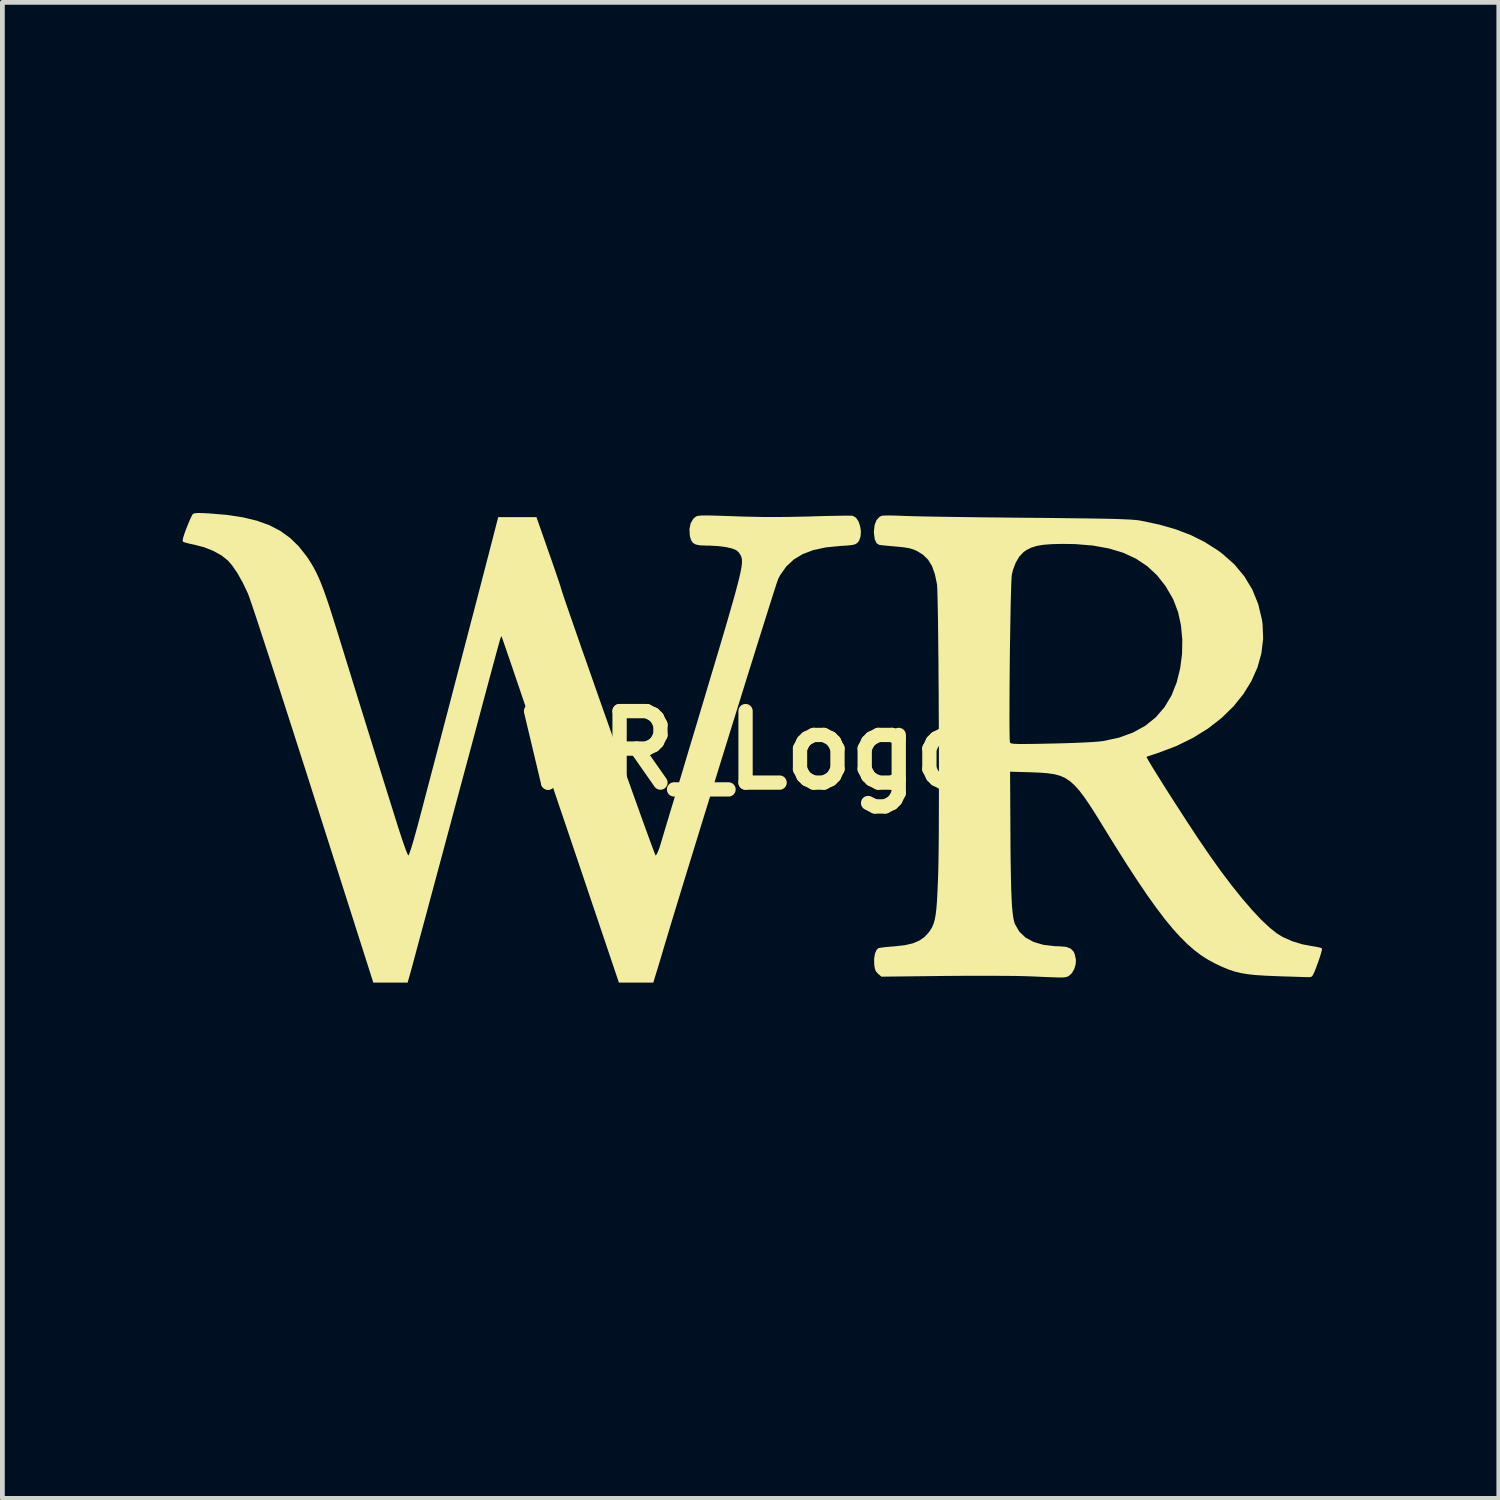
<source format=kicad_pcb>
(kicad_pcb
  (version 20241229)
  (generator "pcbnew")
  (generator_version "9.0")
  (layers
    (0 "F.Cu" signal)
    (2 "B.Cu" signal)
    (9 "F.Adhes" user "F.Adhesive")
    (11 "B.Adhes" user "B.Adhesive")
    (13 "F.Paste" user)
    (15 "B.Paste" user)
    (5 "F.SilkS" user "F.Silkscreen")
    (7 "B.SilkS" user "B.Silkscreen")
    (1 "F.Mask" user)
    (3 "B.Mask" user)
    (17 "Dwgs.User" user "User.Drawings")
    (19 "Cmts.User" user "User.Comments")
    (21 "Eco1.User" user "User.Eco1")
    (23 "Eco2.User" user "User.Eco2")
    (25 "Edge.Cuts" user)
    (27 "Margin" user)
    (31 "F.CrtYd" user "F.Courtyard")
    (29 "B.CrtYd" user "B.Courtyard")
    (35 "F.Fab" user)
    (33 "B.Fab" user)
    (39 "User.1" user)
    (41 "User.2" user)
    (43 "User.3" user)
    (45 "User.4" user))
  (footprint "WR_Logo"
    (layer "F.Cu")
    (at 12.699 12.691)
    (property "Reference" "WR_Logo" (at 0 0 0) (layer "F.SilkS") (effects (font (size 1.5 1.5) (thickness 0.3))))
    (attr board_only exclude_from_pos_files exclude_from_bom)
    (fp_poly (pts (xy 3.911 2.683) (xy 3.905 2.98) (xy 3.886 3.232) (xy 3.854 3.442) (xy 3.807 3.613) (xy 3.744 3.75) (xy 3.665 3.856) (xy 3.597 3.916) (xy 3.535 3.958) (xy 3.491 3.984) (xy 3.48 3.988) (xy 3.475 3.964) (xy 3.469 3.895) (xy 3.462 3.79) (xy 3.456 3.654) (xy 3.45 3.495) (xy 3.446 3.353) (xy 3.43 2.719) (xy 3.55 2.609) (xy 3.64 2.526) (xy 3.739 2.436) (xy 3.791 2.389) (xy 3.912 2.28)) (stroke (width 0) (type solid)) (fill yes) (layer "F.Mask"))
    (fp_poly (pts (xy -7.083 0.941) (xy -6.977 0.944) (xy -6.899 0.948) (xy -6.861 0.953) (xy -6.858 0.955) (xy -6.864 0.984) (xy -6.881 1.053) (xy -6.907 1.154) (xy -6.94 1.28) (xy -6.977 1.42) (xy -7.016 1.569) (xy -7.055 1.716) (xy -7.092 1.855) (xy -7.125 1.976) (xy -7.151 2.072) (xy -7.169 2.134) (xy -7.176 2.155) (xy -7.186 2.137) (xy -7.206 2.084) (xy -7.224 2.028) (xy -7.244 1.96) (xy -7.276 1.855) (xy -7.318 1.722) (xy -7.365 1.571) (xy -7.413 1.416) (xy -7.563 0.94) (xy -7.211 0.94)) (stroke (width 0) (type solid)) (fill yes) (layer "F.Mask"))
    (fp_poly (pts (xy 8.517 -3.637) (xy 8.564 -3.582) (xy 8.623 -3.501) (xy 8.687 -3.405) (xy 8.751 -3.302) (xy 8.808 -3.202) (xy 8.84 -3.137) (xy 8.95 -2.842) (xy 9.015 -2.529) (xy 9.034 -2.2) (xy 9.008 -1.861) (xy 8.936 -1.517) (xy 8.925 -1.478) (xy 8.855 -1.27) (xy 8.772 -1.095) (xy 8.667 -0.937) (xy 8.529 -0.779) (xy 8.497 -0.747) (xy 8.323 -0.591) (xy 8.135 -0.466) (xy 7.922 -0.365) (xy 7.674 -0.281) (xy 7.607 -0.263) (xy 7.511 -0.24) (xy 7.421 -0.222) (xy 7.327 -0.209) (xy 7.219 -0.199) (xy 7.086 -0.192) (xy 6.916 -0.186) (xy 6.836 -0.184) (xy 6.318 -0.171) (xy 6.516 -0.409) (xy 6.85 -0.828) (xy 7.17 -1.266) (xy 7.471 -1.715) (xy 7.749 -2.167) (xy 7.999 -2.615) (xy 8.215 -3.05) (xy 8.371 -3.41) (xy 8.414 -3.511) (xy 8.451 -3.593) (xy 8.477 -3.644) (xy 8.488 -3.657)) (stroke (width 0) (type solid)) (fill yes) (layer "F.Mask"))
    (fp_poly (pts (xy 2.556 -4.474) (xy 2.574 -4.419) (xy 2.576 -4.407) (xy 2.602 -4.338) (xy 2.64 -4.293) (xy 2.643 -4.292) (xy 2.687 -4.28) (xy 2.769 -4.267) (xy 2.88 -4.254) (xy 3.006 -4.243) (xy 3.013 -4.243) (xy 3.159 -4.231) (xy 3.267 -4.217) (xy 3.35 -4.199) (xy 3.421 -4.175) (xy 3.469 -4.153) (xy 3.576 -4.091) (xy 3.666 -4.017) (xy 3.739 -3.925) (xy 3.797 -3.811) (xy 3.842 -3.671) (xy 3.874 -3.501) (xy 3.894 -3.295) (xy 3.905 -3.05) (xy 3.907 -2.76) (xy 3.906 -2.642) (xy 3.899 -2.07) (xy 3.734 -2.027) (xy 3.555 -1.996) (xy 3.362 -1.987) (xy 3.177 -2) (xy 3.086 -2.017) (xy 2.842 -2.101) (xy 2.619 -2.226) (xy 2.423 -2.387) (xy 2.257 -2.577) (xy 2.126 -2.792) (xy 2.035 -3.025) (xy 1.987 -3.272) (xy 1.982 -3.399) (xy 2.006 -3.638) (xy 2.076 -3.877) (xy 2.187 -4.103) (xy 2.333 -4.307) (xy 2.374 -4.352) (xy 2.442 -4.42) (xy 2.498 -4.471) (xy 2.532 -4.495) (xy 2.536 -4.496)) (stroke (width 0) (type solid)) (fill yes) (layer "F.Mask"))
    (fp_poly (pts (xy 9.232 -8.718) (xy 9.76 -8.123) (xy 10.247 -7.499) (xy 10.691 -6.85) (xy 11.093 -6.179) (xy 11.451 -5.486) (xy 11.766 -4.774) (xy 12.036 -4.046) (xy 12.26 -3.304) (xy 12.439 -2.549) (xy 12.572 -1.785) (xy 12.658 -1.013) (xy 12.696 -0.235) (xy 12.687 0.546) (xy 12.629 1.328) (xy 12.521 2.109) (xy 12.365 2.887) (xy 12.319 3.073) (xy 12.27 3.266) (xy 12.219 3.452) (xy 12.169 3.627) (xy 12.122 3.784) (xy 12.079 3.917) (xy 12.043 4.019) (xy 12.016 4.083) (xy 12.001 4.104) (xy 11.966 4.103) (xy 11.894 4.095) (xy 11.798 4.082) (xy 11.76 4.076) (xy 11.468 4.007) (xy 11.201 3.896) (xy 10.962 3.743) (xy 10.898 3.691) (xy 10.82 3.617) (xy 10.717 3.51) (xy 10.595 3.376) (xy 10.462 3.223) (xy 10.323 3.059) (xy 10.185 2.89) (xy 10.054 2.723) (xy 9.971 2.615) (xy 9.872 2.481) (xy 9.752 2.31) (xy 9.614 2.11) (xy 9.464 1.887) (xy 9.305 1.649) (xy 9.142 1.403) (xy 8.98 1.155) (xy 8.824 0.912) (xy 8.677 0.682) (xy 8.546 0.471) (xy 8.433 0.287) (xy 8.374 0.187) (xy 8.389 0.165) (xy 8.451 0.133) (xy 8.56 0.092) (xy 8.605 0.077) (xy 8.791 0.01) (xy 8.991 -0.074) (xy 9.189 -0.166) (xy 9.369 -0.259) (xy 9.503 -0.338) (xy 9.802 -0.553) (xy 10.068 -0.794) (xy 10.298 -1.055) (xy 10.488 -1.331) (xy 10.634 -1.618) (xy 10.724 -1.876) (xy 10.758 -2.049) (xy 10.777 -2.254) (xy 10.78 -2.472) (xy 10.768 -2.686) (xy 10.741 -2.879) (xy 10.723 -2.959) (xy 10.626 -3.237) (xy 10.491 -3.507) (xy 10.324 -3.757) (xy 10.133 -3.975) (xy 10.08 -4.025) (xy 9.906 -4.166) (xy 9.697 -4.306) (xy 9.469 -4.439) (xy 9.237 -4.554) (xy 9.018 -4.643) (xy 8.96 -4.662) (xy 8.883 -4.691) (xy 8.83 -4.718) (xy 8.814 -4.735) (xy 8.819 -4.77) (xy 8.833 -4.843) (xy 8.853 -4.944) (xy 8.876 -5.055) (xy 8.965 -5.541) (xy 9.03 -6.047) (xy 9.072 -6.576) (xy 9.089 -7.133) (xy 9.084 -7.724) (xy 9.054 -8.353) (xy 9.028 -8.725) (xy 9.01 -8.954)) (stroke (width 0) (type solid)) (fill yes) (layer "F.Mask"))
    (fp_poly (pts (xy 0.505 -12.686) (xy 1.295 -12.631) (xy 2.077 -12.527) (xy 2.849 -12.375) (xy 3.609 -12.176) (xy 4.354 -11.929) (xy 5.083 -11.637) (xy 5.794 -11.299) (xy 6.483 -10.918) (xy 7.15 -10.493) (xy 7.793 -10.025) (xy 8.408 -9.515) (xy 8.714 -9.236) (xy 8.954 -9.011) (xy 8.725 -9.029) (xy 8.402 -9.052) (xy 8.119 -9.07) (xy 7.862 -9.082) (xy 7.62 -9.089) (xy 7.382 -9.092) (xy 7.324 -9.093) (xy 6.662 -9.077) (xy 6.022 -9.026) (xy 5.402 -8.94) (xy 4.798 -8.818) (xy 4.208 -8.657) (xy 3.63 -8.457) (xy 3.059 -8.217) (xy 2.494 -7.935) (xy 1.932 -7.61) (xy 1.369 -7.242) (xy 0.804 -6.827) (xy 0.232 -6.367) (xy -0.348 -5.858) (xy -0.52 -5.7) (xy -0.671 -5.557) (xy -0.849 -5.383) (xy -1.047 -5.187) (xy -1.258 -4.975) (xy -1.474 -4.755) (xy -1.688 -4.534) (xy -1.894 -4.319) (xy -2.084 -4.117) (xy -2.251 -3.937) (xy -2.375 -3.8) (xy -2.705 -3.427) (xy -3.023 -3.44) (xy -3.186 -3.446) (xy -3.369 -3.451) (xy -3.546 -3.454) (xy -3.645 -3.454) (xy -3.95 -3.454) (xy -4.205 -4.185) (xy -4.461 -4.915) (xy -4.889 -4.915) (xy -5.317 -4.915) (xy -5.425 -4.508) (xy -5.472 -4.328) (xy -5.527 -4.121) (xy -5.581 -3.912) (xy -5.631 -3.724) (xy -5.639 -3.691) (xy -5.746 -3.281) (xy -5.959 -3.214) (xy -6.358 -3.069) (xy -6.722 -2.891) (xy -7.058 -2.676) (xy -7.373 -2.42) (xy -7.513 -2.286) (xy -7.688 -2.099) (xy -7.862 -1.889) (xy -8.02 -1.673) (xy -8.141 -1.483) (xy -8.189 -1.405) (xy -8.228 -1.347) (xy -8.251 -1.321) (xy -8.252 -1.321) (xy -8.263 -1.344) (xy -8.286 -1.412) (xy -8.322 -1.517) (xy -8.368 -1.657) (xy -8.422 -1.826) (xy -8.483 -2.018) (xy -8.55 -2.23) (xy -8.597 -2.381) (xy -8.702 -2.715) (xy -8.796 -3.003) (xy -8.881 -3.252) (xy -8.959 -3.466) (xy -9.034 -3.649) (xy -9.106 -3.807) (xy -9.179 -3.943) (xy -9.254 -4.063) (xy -9.333 -4.17) (xy -9.419 -4.271) (xy -9.515 -4.369) (xy -9.568 -4.419) (xy -9.75 -4.568) (xy -9.951 -4.693) (xy -10.177 -4.794) (xy -10.433 -4.874) (xy -10.723 -4.934) (xy -11.053 -4.975) (xy -11.348 -4.996) (xy -11.478 -5.003) (xy -11.565 -5.009) (xy -11.617 -5.017) (xy -11.642 -5.029) (xy -11.648 -5.045) (xy -11.644 -5.065) (xy -11.62 -5.125) (xy -11.577 -5.222) (xy -11.518 -5.348) (xy -11.446 -5.495) (xy -11.367 -5.655) (xy -11.283 -5.819) (xy -11.199 -5.98) (xy -11.119 -6.131) (xy -11.047 -6.262) (xy -11.025 -6.3) (xy -10.608 -6.979) (xy -10.152 -7.627) (xy -9.659 -8.242) (xy -9.13 -8.823) (xy -8.568 -9.369) (xy -7.975 -9.879) (xy -7.353 -10.351) (xy -6.703 -10.783) (xy -6.027 -11.175) (xy -5.328 -11.525) (xy -4.607 -11.832) (xy -3.867 -12.095) (xy -3.108 -12.311) (xy -2.334 -12.48) (xy -2.097 -12.522) (xy -1.742 -12.577) (xy -1.415 -12.619) (xy -1.097 -12.651) (xy -0.769 -12.673) (xy -0.414 -12.688) (xy -0.292 -12.691)) (stroke (width 0) (type solid)) (fill yes) (layer "F.Mask"))
    (fp_poly (pts (xy -11.701 -4.288) (xy -11.475 -4.226) (xy -11.269 -4.141) (xy -11.094 -4.038) (xy -10.973 -3.935) (xy -10.854 -3.788) (xy -10.734 -3.595) (xy -10.616 -3.362) (xy -10.529 -3.157) (xy -10.509 -3.103) (xy -10.475 -3.002) (xy -10.427 -2.859) (xy -10.366 -2.676) (xy -10.294 -2.456) (xy -10.211 -2.201) (xy -10.118 -1.914) (xy -10.015 -1.599) (xy -9.905 -1.258) (xy -9.788 -0.894) (xy -9.664 -0.509) (xy -9.535 -0.106) (xy -9.402 0.311) (xy -9.264 0.74) (xy -9.178 1.01) (xy -7.938 4.902) (xy -7.552 4.902) (xy -7.167 4.902) (xy -7.141 4.82) (xy -7.13 4.782) (xy -7.107 4.7) (xy -7.074 4.58) (xy -7.032 4.426) (xy -6.982 4.241) (xy -6.925 4.032) (xy -6.862 3.802) (xy -6.796 3.556) (xy -6.726 3.298) (xy -6.654 3.034) (xy -6.582 2.767) (xy -6.511 2.502) (xy -6.441 2.243) (xy -6.374 1.996) (xy -6.312 1.764) (xy -6.255 1.553) (xy -6.205 1.366) (xy -6.163 1.209) (xy -6.13 1.085) (xy -6.108 1) (xy -6.097 0.957) (xy -6.096 0.954) (xy -6.072 0.95) (xy -6.004 0.946) (xy -5.901 0.943) (xy -5.768 0.941) (xy -5.615 0.94) (xy -5.557 0.94) (xy -5.018 0.94) (xy -4.348 1.607) (xy -3.678 2.273) (xy -3.236 3.579) (xy -3.153 3.825) (xy -3.075 4.056) (xy -3.003 4.268) (xy -2.94 4.457) (xy -2.886 4.617) (xy -2.843 4.745) (xy -2.813 4.836) (xy -2.796 4.886) (xy -2.794 4.894) (xy -2.77 4.897) (xy -2.704 4.899) (xy -2.604 4.901) (xy -2.48 4.902) (xy -2.402 4.902) (xy -2.011 4.902) (xy -1.934 4.655) (xy -1.898 4.536) (xy -1.864 4.423) (xy -1.837 4.332) (xy -1.827 4.299) (xy -1.805 4.234) (xy -1.786 4.195) (xy -1.78 4.191) (xy -1.758 4.208) (xy -1.706 4.256) (xy -1.629 4.331) (xy -1.532 4.426) (xy -1.419 4.537) (xy -1.352 4.604) (xy -0.94 5.017) (xy -0.94 7.042) (xy -0.94 7.42) (xy -0.939 7.749) (xy -0.939 8.034) (xy -0.937 8.276) (xy -0.936 8.48) (xy -0.934 8.648) (xy -0.931 8.783) (xy -0.928 8.888) (xy -0.924 8.966) (xy -0.92 9.019) (xy -0.915 9.052) (xy -0.909 9.066) (xy -0.906 9.068) (xy -0.862 9.061) (xy -0.779 9.041) (xy -0.666 9.01) (xy -0.531 8.973) (xy -0.385 8.93) (xy -0.236 8.885) (xy -0.093 8.841) (xy 0.035 8.799) (xy 0.051 8.793) (xy 0.565 8.601) (xy 1.032 8.389) (xy 1.455 8.157) (xy 1.833 7.903) (xy 2.169 7.626) (xy 2.463 7.324) (xy 2.716 6.996) (xy 2.931 6.641) (xy 3.107 6.258) (xy 3.246 5.845) (xy 3.349 5.402) (xy 3.397 5.105) (xy 3.44 4.783) (xy 3.781 4.766) (xy 4.036 4.757) (xy 4.333 4.752) (xy 4.663 4.751) (xy 5.017 4.754) (xy 5.386 4.76) (xy 5.762 4.771) (xy 5.917 4.776) (xy 6.142 4.784) (xy 6.321 4.789) (xy 6.459 4.79) (xy 6.561 4.789) (xy 6.632 4.784) (xy 6.677 4.776) (xy 6.687 4.772) (xy 6.766 4.714) (xy 6.821 4.619) (xy 6.851 4.499) (xy 6.851 4.364) (xy 6.832 4.263) (xy 6.791 4.176) (xy 6.721 4.12) (xy 6.615 4.093) (xy 6.535 4.089) (xy 6.375 4.081) (xy 6.213 4.062) (xy 6.066 4.033) (xy 5.95 3.998) (xy 5.934 3.991) (xy 5.811 3.914) (xy 5.696 3.804) (xy 5.608 3.679) (xy 5.592 3.649) (xy 5.569 3.588) (xy 5.549 3.51) (xy 5.532 3.413) (xy 5.519 3.292) (xy 5.508 3.142) (xy 5.499 2.961) (xy 5.493 2.744) (xy 5.49 2.487) (xy 5.488 2.187) (xy 5.487 1.885) (xy 5.488 0.749) (xy 5.613 0.616) (xy 5.737 0.483) (xy 5.898 0.483) (xy 6.155 0.497) (xy 6.373 0.537) (xy 6.555 0.605) (xy 6.706 0.702) (xy 6.753 0.744) (xy 6.81 0.802) (xy 6.865 0.863) (xy 6.922 0.934) (xy 6.985 1.021) (xy 7.058 1.128) (xy 7.144 1.261) (xy 7.248 1.425) (xy 7.373 1.627) (xy 7.403 1.676) (xy 7.665 2.099) (xy 7.906 2.478) (xy 8.129 2.817) (xy 8.335 3.117) (xy 8.526 3.382) (xy 8.703 3.613) (xy 8.869 3.814) (xy 9.026 3.985) (xy 9.175 4.131) (xy 9.317 4.253) (xy 9.356 4.284) (xy 9.518 4.39) (xy 9.712 4.495) (xy 9.921 4.59) (xy 10.128 4.665) (xy 10.185 4.682) (xy 10.273 4.705) (xy 10.361 4.723) (xy 10.459 4.736) (xy 10.577 4.746) (xy 10.727 4.754) (xy 10.897 4.76) (xy 11.065 4.766) (xy 11.229 4.773) (xy 11.377 4.78) (xy 11.498 4.786) (xy 11.574 4.791) (xy 11.756 4.806) (xy 11.679 4.988) (xy 11.381 5.638) (xy 11.036 6.282) (xy 10.649 6.914) (xy 10.222 7.527) (xy 9.761 8.117) (xy 9.269 8.676) (xy 8.994 8.961) (xy 8.412 9.511) (xy 7.799 10.02) (xy 7.159 10.487) (xy 6.493 10.913) (xy 5.802 11.295) (xy 5.09 11.633) (xy 4.356 11.927) (xy 3.605 12.175) (xy 2.836 12.376) (xy 2.053 12.53) (xy 1.256 12.636) (xy 0.8 12.674) (xy 0.64 12.682) (xy 0.443 12.688) (xy 0.224 12.692) (xy -0.006 12.694) (xy -0.232 12.694) (xy -0.442 12.692) (xy -0.622 12.687) (xy -0.711 12.683) (xy -1.416 12.62) (xy -2.132 12.515) (xy -2.85 12.369) (xy -3.559 12.184) (xy -4.249 11.963) (xy -4.737 11.78) (xy -5.467 11.459) (xy -6.171 11.096) (xy -6.847 10.693) (xy -7.494 10.25) (xy -8.109 9.77) (xy -8.693 9.255) (xy -9.243 8.706) (xy -9.758 8.125) (xy -10.014 7.798) (xy -7.798 7.798) (xy -7.638 7.798) (xy -7.533 7.794) (xy -7.403 7.786) (xy -7.276 7.773) (xy -7.264 7.772) (xy -6.815 7.701) (xy -6.374 7.6) (xy -5.947 7.471) (xy -5.541 7.317) (xy -5.161 7.14) (xy -4.814 6.942) (xy -4.507 6.726) (xy -4.361 6.605) (xy -4.119 6.368) (xy -3.914 6.124) (xy -3.833 6.007) (xy -3.798 5.957) (xy -3.768 5.914) (xy -3.746 5.876) (xy -3.733 5.84) (xy -3.731 5.801) (xy -3.744 5.757) (xy -3.773 5.704) (xy -3.82 5.639) (xy -3.889 5.559) (xy -3.98 5.46) (xy -4.097 5.34) (xy -4.242 5.194) (xy -4.416 5.02) (xy -4.622 4.814) (xy -4.718 4.718) (xy -4.938 4.498) (xy -5.125 4.31) (xy -5.282 4.154) (xy -5.413 4.026) (xy -5.52 3.924) (xy -5.608 3.846) (xy -5.679 3.79) (xy -5.736 3.754) (xy -5.783 3.735) (xy -5.824 3.73) (xy -5.861 3.739) (xy -5.898 3.758) (xy -5.938 3.785) (xy -5.985 3.818) (xy -6.007 3.833) (xy -6.289 4.045) (xy -6.548 4.296) (xy -6.786 4.587) (xy -7.006 4.922) (xy -7.201 5.287) (xy -7.329 5.576) (xy -7.448 5.892) (xy -7.553 6.223) (xy -7.643 6.559) (xy -7.715 6.89) (xy -7.766 7.205) (xy -7.793 7.493) (xy -7.797 7.626) (xy -7.798 7.798) (xy -10.014 7.798) (xy -10.237 7.513) (xy -10.677 6.873) (xy -11.078 6.206) (xy -11.439 5.514) (xy -11.757 4.799) (xy -12.031 4.062) (xy -12.26 3.306) (xy -12.443 2.531) (xy -12.456 2.464) (xy -12.588 1.669) (xy -12.669 0.875) (xy -12.699 0.08) (xy -12.678 -0.715) (xy -12.607 -1.512) (xy -12.484 -2.312) (xy -12.445 -2.515) (xy -12.4 -2.728) (xy -12.344 -2.964) (xy -12.282 -3.211) (xy -12.216 -3.458) (xy -12.15 -3.694) (xy -12.085 -3.908) (xy -12.026 -4.087) (xy -12.002 -4.156) (xy -11.934 -4.337)) (stroke (width 0) (type solid)) (fill yes) (layer "F.Mask"))
    (fp_poly (pts (xy -11.47 -4.975) (xy -11.372 -4.97) (xy -10.992 -4.939) (xy -10.656 -4.888) (xy -10.359 -4.816) (xy -10.097 -4.722) (xy -9.867 -4.602) (xy -9.663 -4.455) (xy -9.482 -4.279) (xy -9.319 -4.073) (xy -9.289 -4.029) (xy -9.227 -3.933) (xy -9.17 -3.837) (xy -9.117 -3.736) (xy -9.065 -3.626) (xy -9.012 -3.5) (xy -8.956 -3.354) (xy -8.895 -3.182) (xy -8.827 -2.979) (xy -8.751 -2.739) (xy -8.663 -2.459) (xy -8.622 -2.326) (xy -8.507 -1.954) (xy -8.382 -1.55) (xy -8.25 -1.123) (xy -8.113 -0.683) (xy -7.975 -0.24) (xy -7.839 0.198) (xy -7.707 0.621) (xy -7.582 1.02) (xy -7.468 1.385) (xy -7.403 1.592) (xy -7.349 1.759) (xy -7.299 1.909) (xy -7.255 2.035) (xy -7.219 2.131) (xy -7.193 2.191) (xy -7.181 2.208) (xy -7.167 2.184) (xy -7.143 2.118) (xy -7.11 2.016) (xy -7.071 1.884) (xy -7.027 1.728) (xy -6.986 1.579) (xy -6.942 1.412) (xy -6.886 1.201) (xy -6.821 0.951) (xy -6.746 0.667) (xy -6.664 0.355) (xy -6.576 0.02) (xy -6.483 -0.334) (xy -6.387 -0.7) (xy -6.289 -1.074) (xy -6.191 -1.451) (xy -6.093 -1.825) (xy -5.997 -2.192) (xy -5.905 -2.545) (xy -5.817 -2.881) (xy -5.736 -3.193) (xy -5.662 -3.477) (xy -5.597 -3.727) (xy -5.542 -3.939) (xy -5.509 -4.066) (xy -5.296 -4.892) (xy -4.895 -4.892) (xy -4.494 -4.892) (xy -4.245 -4.18) (xy -4.181 -3.999) (xy -4.123 -3.832) (xy -4.073 -3.685) (xy -4.032 -3.566) (xy -4.004 -3.48) (xy -3.989 -3.434) (xy -3.988 -3.429) (xy -3.976 -3.389) (xy -3.95 -3.306) (xy -3.909 -3.183) (xy -3.855 -3.025) (xy -3.789 -2.835) (xy -3.713 -2.616) (xy -3.628 -2.372) (xy -3.536 -2.106) (xy -3.436 -1.823) (xy -3.332 -1.526) (xy -3.224 -1.218) (xy -3.113 -0.903) (xy -3 -0.585) (xy -2.888 -0.268) (xy -2.776 0.046) (xy -2.668 0.352) (xy -2.562 0.648) (xy -2.462 0.928) (xy -2.368 1.19) (xy -2.282 1.43) (xy -2.205 1.644) (xy -2.137 1.83) (xy -2.081 1.982) (xy -2.038 2.098) (xy -2.009 2.174) (xy -1.994 2.207) (xy -1.993 2.207) (xy -1.973 2.185) (xy -1.944 2.125) (xy -1.911 2.038) (xy -1.899 1.998) (xy -1.883 1.946) (xy -1.854 1.849) (xy -1.812 1.709) (xy -1.759 1.532) (xy -1.695 1.319) (xy -1.621 1.075) (xy -1.54 0.802) (xy -1.45 0.505) (xy -1.355 0.186) (xy -1.254 -0.151) (xy -1.148 -0.502) (xy -1.04 -0.865) (xy -1.02 -0.929) (xy -0.888 -1.372) (xy -0.769 -1.77) (xy -0.663 -2.124) (xy -0.57 -2.437) (xy -0.489 -2.713) (xy -0.42 -2.954) (xy -0.36 -3.162) (xy -0.311 -3.34) (xy -0.271 -3.492) (xy -0.239 -3.619) (xy -0.215 -3.724) (xy -0.198 -3.811) (xy -0.187 -3.881) (xy -0.182 -3.938) (xy -0.182 -3.983) (xy -0.186 -4.021) (xy -0.194 -4.053) (xy -0.205 -4.083) (xy -0.206 -4.085) (xy -0.25 -4.152) (xy -0.306 -4.2) (xy -0.395 -4.235) (xy -0.523 -4.264) (xy -0.681 -4.284) (xy -0.858 -4.294) (xy -0.923 -4.294) (xy -1.058 -4.299) (xy -1.152 -4.317) (xy -1.214 -4.354) (xy -1.252 -4.413) (xy -1.276 -4.5) (xy -1.284 -4.637) (xy -1.26 -4.759) (xy -1.206 -4.853) (xy -1.186 -4.873) (xy -1.167 -4.889) (xy -1.148 -4.903) (xy -1.124 -4.913) (xy -1.09 -4.92) (xy -1.04 -4.925) (xy -0.971 -4.927) (xy -0.875 -4.926) (xy -0.749 -4.923) (xy -0.587 -4.918) (xy -0.383 -4.911) (xy -0.183 -4.904) (xy 0.266 -4.894) (xy 0.749 -4.895) (xy 1.25 -4.905) (xy 1.289 -4.907) (xy 1.488 -4.913) (xy 1.672 -4.917) (xy 1.835 -4.92) (xy 1.971 -4.922) (xy 2.072 -4.922) (xy 2.132 -4.92) (xy 2.144 -4.918) (xy 2.211 -4.878) (xy 2.263 -4.801) (xy 2.297 -4.701) (xy 2.313 -4.592) (xy 2.306 -4.486) (xy 2.275 -4.397) (xy 2.248 -4.361) (xy 2.218 -4.336) (xy 2.181 -4.318) (xy 2.126 -4.306) (xy 2.043 -4.297) (xy 1.922 -4.289) (xy 1.886 -4.287) (xy 1.581 -4.257) (xy 1.317 -4.201) (xy 1.092 -4.116) (xy 0.903 -4.001) (xy 0.747 -3.855) (xy 0.621 -3.677) (xy 0.58 -3.6) (xy 0.567 -3.564) (xy 0.539 -3.483) (xy 0.499 -3.359) (xy 0.447 -3.196) (xy 0.384 -2.997) (xy 0.311 -2.765) (xy 0.229 -2.504) (xy 0.138 -2.216) (xy 0.041 -1.904) (xy -0.063 -1.573) (xy -0.171 -1.224) (xy -0.284 -0.861) (xy -0.4 -0.488) (xy -0.518 -0.107) (xy -0.638 0.279) (xy -0.757 0.666) (xy -0.876 1.051) (xy -0.994 1.431) (xy -1.108 1.803) (xy -1.219 2.164) (xy -1.326 2.511) (xy -1.427 2.84) (xy -1.521 3.148) (xy -1.608 3.433) (xy -1.686 3.69) (xy -1.754 3.918) (xy -1.813 4.112) (xy -1.858 4.265) (xy -1.889 4.37) (xy -1.928 4.499) (xy -1.967 4.628) (xy -1.975 4.652) (xy -2.043 4.875) (xy -2.404 4.875) (xy -2.764 4.875) (xy -3.203 3.573) (xy -3.375 3.065) (xy -3.543 2.565) (xy -3.708 2.077) (xy -3.868 1.603) (xy -4.024 1.144) (xy -4.173 0.703) (xy -4.315 0.283) (xy -4.45 -0.116) (xy -4.577 -0.489) (xy -4.695 -0.836) (xy -4.803 -1.154) (xy -4.9 -1.44) (xy -4.986 -1.693) (xy -5.06 -1.91) (xy -5.122 -2.09) (xy -5.17 -2.229) (xy -5.203 -2.325) (xy -5.222 -2.377) (xy -5.226 -2.386) (xy -5.228 -2.39) (xy -5.231 -2.391) (xy -5.234 -2.388) (xy -5.24 -2.376) (xy -5.248 -2.352) (xy -5.26 -2.314) (xy -5.276 -2.256) (xy -5.298 -2.177) (xy -5.327 -2.072) (xy -5.363 -1.939) (xy -5.408 -1.774) (xy -5.462 -1.573) (xy -5.526 -1.334) (xy -5.602 -1.052) (xy -5.689 -0.724) (xy -5.692 -0.713) (xy -5.818 -0.242) (xy -5.943 0.223) (xy -6.066 0.68) (xy -6.186 1.127) (xy -6.302 1.56) (xy -6.414 1.977) (xy -6.521 2.375) (xy -6.622 2.751) (xy -6.717 3.104) (xy -6.804 3.429) (xy -6.884 3.725) (xy -6.955 3.989) (xy -7.017 4.218) (xy -7.068 4.41) (xy -7.109 4.561) (xy -7.139 4.669) (xy -7.156 4.732) (xy -7.159 4.741) (xy -7.197 4.875) (xy -7.557 4.874) (xy -7.917 4.874) (xy -9.182 0.906) (xy -9.322 0.467) (xy -9.459 0.04) (xy -9.592 -0.375) (xy -9.72 -0.772) (xy -9.842 -1.151) (xy -9.957 -1.508) (xy -10.065 -1.841) (xy -10.165 -2.146) (xy -10.255 -2.421) (xy -10.334 -2.664) (xy -10.403 -2.871) (xy -10.46 -3.041) (xy -10.504 -3.169) (xy -10.534 -3.254) (xy -10.547 -3.288) (xy -10.657 -3.519) (xy -10.77 -3.72) (xy -10.883 -3.884) (xy -10.97 -3.983) (xy -11.102 -4.088) (xy -11.271 -4.182) (xy -11.465 -4.259) (xy -11.664 -4.311) (xy -11.765 -4.333) (xy -11.849 -4.354) (xy -11.901 -4.371) (xy -11.909 -4.376) (xy -11.917 -4.402) (xy -11.907 -4.458) (xy -11.878 -4.549) (xy -11.838 -4.657) (xy -11.794 -4.766) (xy -11.754 -4.86) (xy -11.722 -4.926) (xy -11.707 -4.951) (xy -11.685 -4.967) (xy -11.644 -4.975) (xy -11.575 -4.978)) (stroke (width 0) (type solid)) (fill yes) (layer "F.SilkS"))
    (fp_poly (pts (xy 3.009 -4.925) (xy 3.143 -4.92) (xy 3.193 -4.918) (xy 3.275 -4.915) (xy 3.404 -4.911) (xy 3.574 -4.907) (xy 3.782 -4.903) (xy 4.022 -4.899) (xy 4.29 -4.895) (xy 4.583 -4.891) (xy 4.894 -4.887) (xy 5.22 -4.884) (xy 5.556 -4.88) (xy 5.761 -4.878) (xy 6.158 -4.875) (xy 6.507 -4.871) (xy 6.812 -4.867) (xy 7.077 -4.864) (xy 7.304 -4.86) (xy 7.497 -4.857) (xy 7.659 -4.853) (xy 7.795 -4.848) (xy 7.906 -4.843) (xy 7.996 -4.838) (xy 8.069 -4.832) (xy 8.128 -4.826) (xy 8.177 -4.818) (xy 8.183 -4.817) (xy 8.572 -4.735) (xy 8.92 -4.635) (xy 9.234 -4.515) (xy 9.521 -4.372) (xy 9.788 -4.203) (xy 9.895 -4.125) (xy 10.147 -3.902) (xy 10.357 -3.65) (xy 10.525 -3.372) (xy 10.648 -3.069) (xy 10.726 -2.745) (xy 10.74 -2.649) (xy 10.752 -2.341) (xy 10.716 -2.037) (xy 10.634 -1.741) (xy 10.507 -1.454) (xy 10.338 -1.18) (xy 10.13 -0.921) (xy 9.883 -0.68) (xy 9.601 -0.46) (xy 9.285 -0.263) (xy 8.938 -0.092) (xy 8.567 0.049) (xy 8.462 0.084) (xy 8.377 0.113) (xy 8.321 0.132) (xy 8.305 0.139) (xy 8.315 0.162) (xy 8.35 0.223) (xy 8.406 0.317) (xy 8.481 0.44) (xy 8.572 0.585) (xy 8.675 0.75) (xy 8.788 0.928) (xy 8.908 1.115) (xy 9.032 1.307) (xy 9.156 1.498) (xy 9.277 1.683) (xy 9.38 1.839) (xy 9.626 2.2) (xy 9.864 2.534) (xy 10.094 2.839) (xy 10.314 3.112) (xy 10.521 3.352) (xy 10.712 3.556) (xy 10.888 3.721) (xy 11.044 3.845) (xy 11.158 3.915) (xy 11.367 4.008) (xy 11.58 4.072) (xy 11.791 4.111) (xy 11.881 4.126) (xy 11.951 4.142) (xy 11.985 4.156) (xy 11.985 4.156) (xy 11.985 4.186) (xy 11.968 4.254) (xy 11.939 4.349) (xy 11.9 4.462) (xy 11.897 4.468) (xy 11.852 4.591) (xy 11.818 4.673) (xy 11.792 4.723) (xy 11.768 4.749) (xy 11.742 4.759) (xy 11.715 4.76) (xy 11.669 4.76) (xy 11.581 4.757) (xy 11.458 4.753) (xy 11.308 4.748) (xy 11.14 4.743) (xy 11.031 4.739) (xy 10.792 4.729) (xy 10.594 4.716) (xy 10.427 4.698) (xy 10.284 4.674) (xy 10.153 4.642) (xy 10.027 4.599) (xy 9.895 4.545) (xy 9.757 4.48) (xy 9.606 4.4) (xy 9.458 4.306) (xy 9.31 4.195) (xy 9.161 4.065) (xy 9.008 3.912) (xy 8.849 3.736) (xy 8.682 3.532) (xy 8.505 3.298) (xy 8.315 3.032) (xy 8.111 2.73) (xy 7.89 2.391) (xy 7.65 2.011) (xy 7.426 1.649) (xy 7.269 1.393) (xy 7.132 1.178) (xy 7.011 0.999) (xy 6.902 0.854) (xy 6.8 0.739) (xy 6.7 0.649) (xy 6.598 0.582) (xy 6.489 0.534) (xy 6.368 0.502) (xy 6.231 0.482) (xy 6.073 0.47) (xy 5.89 0.462) (xy 5.875 0.462) (xy 5.443 0.449) (xy 5.45 1.754) (xy 5.452 2.115) (xy 5.456 2.429) (xy 5.461 2.699) (xy 5.467 2.928) (xy 5.475 3.121) (xy 5.484 3.279) (xy 5.496 3.408) (xy 5.51 3.51) (xy 5.526 3.588) (xy 5.545 3.647) (xy 5.547 3.651) (xy 5.638 3.807) (xy 5.769 3.931) (xy 5.939 4.023) (xy 6.147 4.083) (xy 6.392 4.111) (xy 6.479 4.113) (xy 6.617 4.124) (xy 6.715 4.161) (xy 6.777 4.226) (xy 6.801 4.284) (xy 6.824 4.394) (xy 6.82 4.486) (xy 6.79 4.587) (xy 6.786 4.596) (xy 6.736 4.681) (xy 6.673 4.736) (xy 6.65 4.747) (xy 6.627 4.756) (xy 6.596 4.762) (xy 6.554 4.766) (xy 6.493 4.767) (xy 6.407 4.765) (xy 6.29 4.761) (xy 6.137 4.755) (xy 5.942 4.746) (xy 5.862 4.743) (xy 5.736 4.739) (xy 5.566 4.735) (xy 5.36 4.733) (xy 5.126 4.732) (xy 4.871 4.731) (xy 4.602 4.731) (xy 4.327 4.733) (xy 4.055 4.735) (xy 2.744 4.75) (xy 2.674 4.69) (xy 2.629 4.641) (xy 2.605 4.581) (xy 2.592 4.49) (xy 2.592 4.488) (xy 2.591 4.368) (xy 2.609 4.263) (xy 2.643 4.187) (xy 2.682 4.151) (xy 2.724 4.143) (xy 2.804 4.132) (xy 2.911 4.122) (xy 3.022 4.113) (xy 3.233 4.09) (xy 3.402 4.051) (xy 3.538 3.994) (xy 3.649 3.916) (xy 3.73 3.829) (xy 3.773 3.77) (xy 3.809 3.709) (xy 3.838 3.639) (xy 3.862 3.556) (xy 3.881 3.454) (xy 3.896 3.327) (xy 3.909 3.17) (xy 3.919 2.977) (xy 3.929 2.743) (xy 3.936 2.551) (xy 3.939 2.411) (xy 3.942 2.231) (xy 3.945 2.017) (xy 3.947 1.772) (xy 3.948 1.499) (xy 3.949 1.204) (xy 3.95 0.889) (xy 3.95 0.559) (xy 3.95 0.218) (xy 3.949 -0.129) (xy 3.948 -0.48) (xy 3.946 -0.83) (xy 3.946 -0.837) (xy 5.43 -0.837) (xy 5.43 -0.638) (xy 5.431 -0.467) (xy 5.433 -0.329) (xy 5.435 -0.23) (xy 5.439 -0.174) (xy 5.441 -0.164) (xy 5.449 -0.153) (xy 5.467 -0.145) (xy 5.501 -0.138) (xy 5.556 -0.134) (xy 5.635 -0.132) (xy 5.746 -0.132) (xy 5.892 -0.133) (xy 6.078 -0.136) (xy 6.31 -0.141) (xy 6.313 -0.141) (xy 6.567 -0.147) (xy 6.8 -0.155) (xy 7.007 -0.164) (xy 7.181 -0.173) (xy 7.315 -0.184) (xy 7.399 -0.194) (xy 7.729 -0.265) (xy 8.022 -0.372) (xy 8.279 -0.514) (xy 8.499 -0.691) (xy 8.683 -0.904) (xy 8.83 -1.151) (xy 8.833 -1.158) (xy 8.939 -1.426) (xy 9.011 -1.717) (xy 9.051 -2.019) (xy 9.056 -2.324) (xy 9.028 -2.621) (xy 8.967 -2.901) (xy 8.871 -3.154) (xy 8.858 -3.181) (xy 8.705 -3.444) (xy 8.527 -3.671) (xy 8.321 -3.862) (xy 8.086 -4.019) (xy 7.819 -4.143) (xy 7.518 -4.234) (xy 7.181 -4.295) (xy 6.805 -4.326) (xy 6.548 -4.33) (xy 6.327 -4.325) (xy 6.149 -4.312) (xy 6.005 -4.288) (xy 5.886 -4.251) (xy 5.786 -4.201) (xy 5.728 -4.16) (xy 5.638 -4.066) (xy 5.56 -3.934) (xy 5.502 -3.778) (xy 5.48 -3.684) (xy 5.475 -3.633) (xy 5.47 -3.538) (xy 5.465 -3.405) (xy 5.46 -3.237) (xy 5.455 -3.041) (xy 5.451 -2.821) (xy 5.447 -2.583) (xy 5.443 -2.332) (xy 5.439 -2.073) (xy 5.436 -1.811) (xy 5.434 -1.551) (xy 5.432 -1.299) (xy 5.431 -1.059) (xy 5.43 -0.837) (xy 3.946 -0.837) (xy 3.945 -1.175) (xy 3.942 -1.511) (xy 3.94 -1.834) (xy 3.937 -2.14) (xy 3.934 -2.425) (xy 3.931 -2.684) (xy 3.927 -2.915) (xy 3.923 -3.113) (xy 3.919 -3.274) (xy 3.915 -3.394) (xy 3.911 -3.468) (xy 3.909 -3.486) (xy 3.865 -3.697) (xy 3.804 -3.867) (xy 3.722 -4) (xy 3.614 -4.104) (xy 3.487 -4.182) (xy 3.41 -4.215) (xy 3.327 -4.239) (xy 3.225 -4.256) (xy 3.089 -4.271) (xy 3.05 -4.274) (xy 2.927 -4.285) (xy 2.819 -4.295) (xy 2.738 -4.304) (xy 2.698 -4.309) (xy 2.641 -4.345) (xy 2.604 -4.425) (xy 2.587 -4.548) (xy 2.586 -4.594) (xy 2.601 -4.727) (xy 2.642 -4.831) (xy 2.707 -4.9) (xy 2.754 -4.92) (xy 2.803 -4.925) (xy 2.892 -4.926)) (stroke (width 0) (type solid)) (fill yes) (layer "F.SilkS")))
  (gr_rect
    (start -3 -3)
    (end 28.395 28.386)
    (stroke (width 0.1) (type default))
    (fill no)
    (layer "Edge.Cuts")))
</source>
